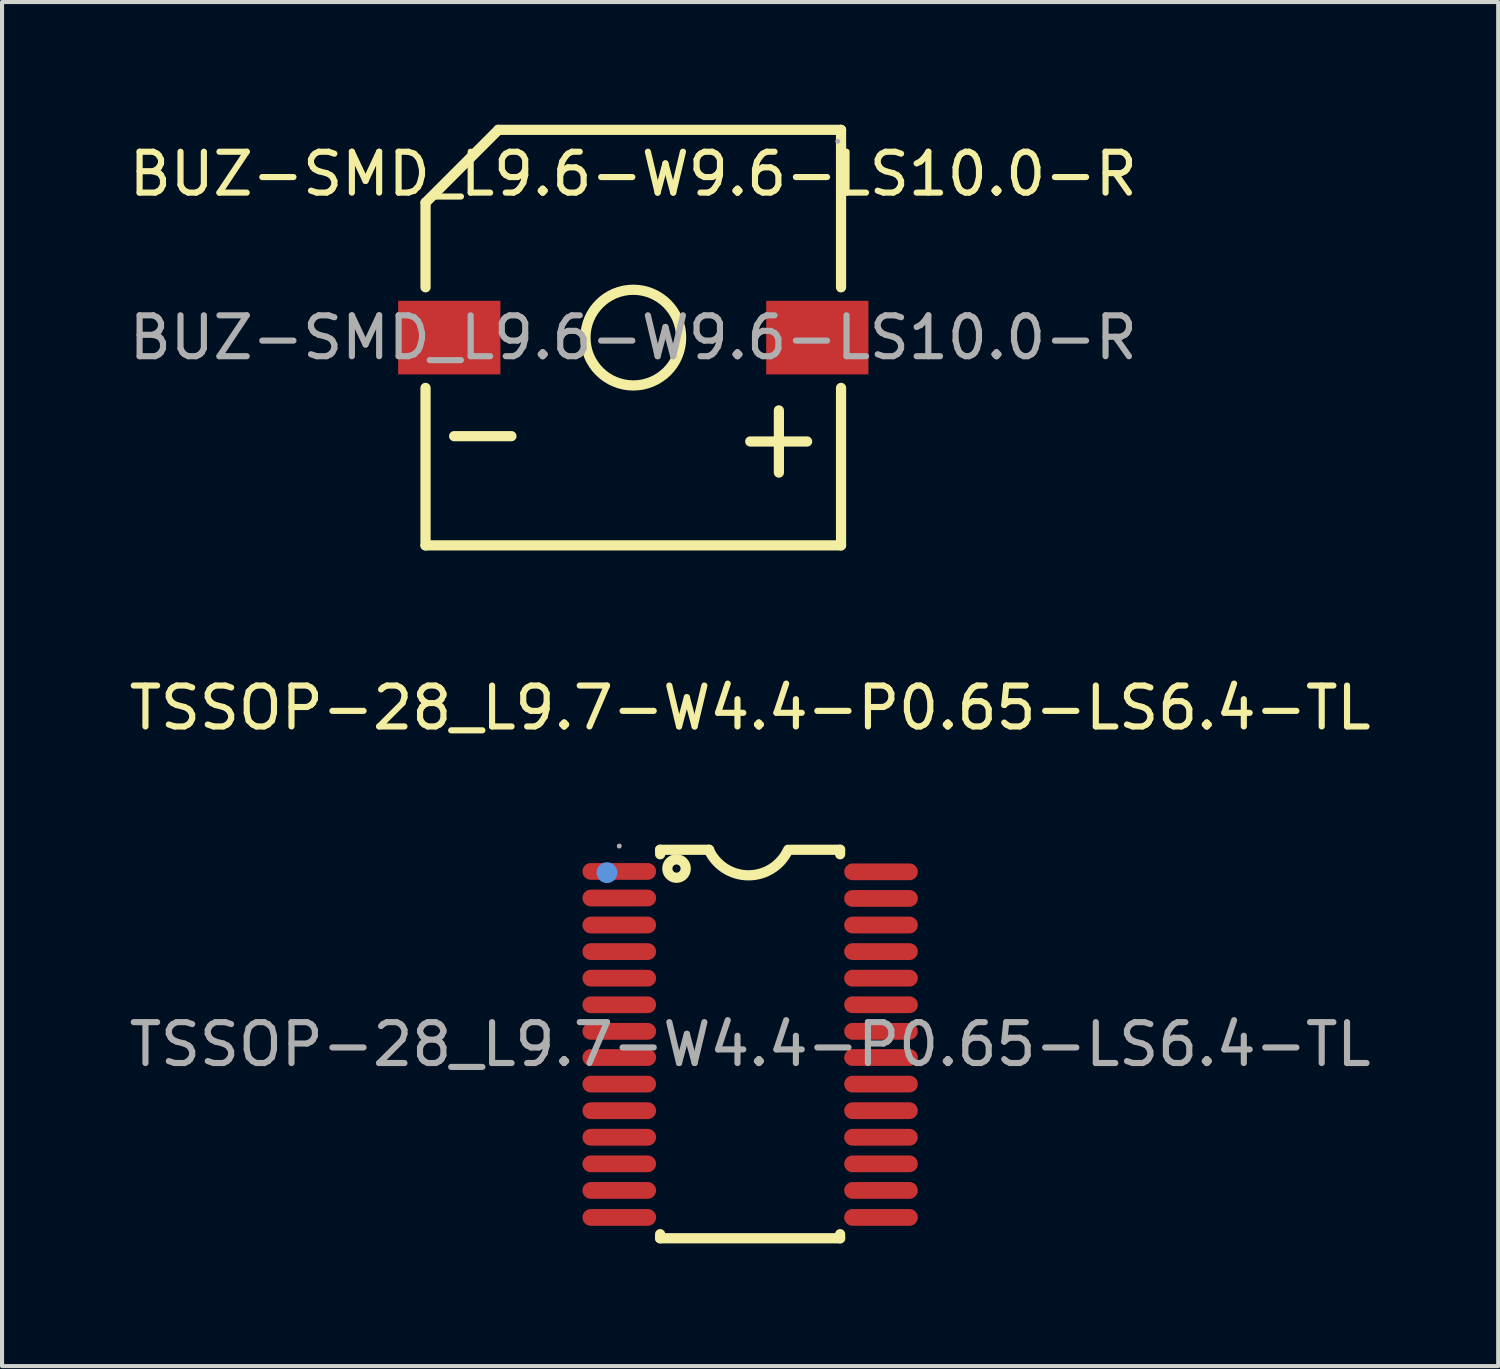
<source format=kicad_pcb>
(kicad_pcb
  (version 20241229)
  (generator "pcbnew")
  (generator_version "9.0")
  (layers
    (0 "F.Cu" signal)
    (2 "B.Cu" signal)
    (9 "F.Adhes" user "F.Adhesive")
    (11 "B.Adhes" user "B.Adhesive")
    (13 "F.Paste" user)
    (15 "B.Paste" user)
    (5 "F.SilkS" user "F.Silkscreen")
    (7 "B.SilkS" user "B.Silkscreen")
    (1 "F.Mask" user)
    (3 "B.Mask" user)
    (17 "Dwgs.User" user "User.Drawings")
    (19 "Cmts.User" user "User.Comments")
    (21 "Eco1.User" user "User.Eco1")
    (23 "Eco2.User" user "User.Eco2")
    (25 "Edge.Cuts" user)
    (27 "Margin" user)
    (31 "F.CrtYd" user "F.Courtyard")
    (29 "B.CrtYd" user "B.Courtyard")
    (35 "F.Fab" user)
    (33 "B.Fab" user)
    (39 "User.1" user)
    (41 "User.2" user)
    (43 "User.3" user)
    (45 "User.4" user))
  (footprint "BUZ-SMD_L9.6-W9.6-LS10.0-R"
    (layer "F.Cu")
    (at 12.435 5.205)
    (property "Reference" "BUZ-SMD_L9.6-W9.6-LS10.0-R" (at 0 -4 0) (layer "F.SilkS") (effects (font (size 1 1) (thickness 0.15))))
    (attr smd)
    (fp_line (start -5.08 -3.3) (end -5.08 -1.23) (stroke (width 0.25) (type solid)) (layer "F.SilkS"))
    (fp_line (start -5.08 -3.3) (end -3.3 -5.08) (stroke (width 0.25) (type solid)) (layer "F.SilkS"))
    (fp_line (start -5.08 1.23) (end -5.08 5.08) (stroke (width 0.25) (type solid)) (layer "F.SilkS"))
    (fp_line (start -4.38 2.41) (end -2.98 2.41) (stroke (width 0.25) (type solid)) (layer "F.SilkS"))
    (fp_line (start -3.3 -5.08) (end 5.08 -5.08) (stroke (width 0.25) (type solid)) (layer "F.SilkS"))
    (fp_line (start 2.86 2.54) (end 4.25 2.54) (stroke (width 0.25) (type solid)) (layer "F.SilkS"))
    (fp_line (start 3.56 1.78) (end 3.56 3.3) (stroke (width 0.25) (type solid)) (layer "F.SilkS"))
    (fp_line (start 5.08 -5.08) (end 5.08 -1.23) (stroke (width 0.25) (type solid)) (layer "F.SilkS"))
    (fp_line (start 5.08 1.23) (end 5.08 5.08) (stroke (width 0.25) (type solid)) (layer "F.SilkS"))
    (fp_line (start 5.08 5.08) (end -5.08 5.08) (stroke (width 0.25) (type solid)) (layer "F.SilkS"))
    (fp_circle (center 0 0) (end 1.17 0) (stroke (width 0.25) (type solid)) (fill no) (layer "F.SilkS"))
    (fp_circle (center 5 -4.8) (end 5.03 -4.8) (stroke (width 0.06) (type solid)) (fill no) (layer "F.Fab"))
    (fp_text user "${REFERENCE}" (at 0 0 0) (layer "F.Fab") (effects (font (size 1 1) (thickness 0.15))))
    (pad "1" smd rect (at 4.5 0) (size 2.5 1.8) (layers "F.Cu" "F.Mask" "F.Paste"))
    (pad "2" smd rect (at -4.5 0) (size 2.5 1.8) (layers "F.Cu" "F.Mask" "F.Paste")))
  (footprint "TSSOP-28_L9.7-W4.4-P0.65-LS6.4-TL"
    (layer "F.Cu")
    (at 15.292 22.488)
    (property "Reference" "TSSOP-28_L9.7-W4.4-P0.65-LS6.4-TL" (at 0 -8.23 0) (layer "F.SilkS") (effects (font (size 1 1) (thickness 0.15))))
    (attr smd)
    (fp_line (start -2.2 -4.76) (end -2.2 -4.65) (stroke (width 0.25) (type solid)) (layer "F.SilkS"))
    (fp_line (start -2.2 -4.76) (end -1 -4.76) (stroke (width 0.25) (type solid)) (layer "F.SilkS"))
    (fp_line (start -2.2 4.64) (end -2.2 4.74) (stroke (width 0.25) (type solid)) (layer "F.SilkS"))
    (fp_line (start -2.2 4.74) (end 2.2 4.74) (stroke (width 0.25) (type solid)) (layer "F.SilkS"))
    (fp_line (start 2.2 -4.76) (end 1 -4.76) (stroke (width 0.25) (type solid)) (layer "F.SilkS"))
    (fp_line (start 2.2 -4.76) (end 2.2 -4.65) (stroke (width 0.25) (type solid)) (layer "F.SilkS"))
    (fp_line (start 2.2 4.64) (end 2.2 4.74) (stroke (width 0.25) (type solid)) (layer "F.SilkS"))
    (fp_arc (start 0.93 -4.76) (mid -0.039246 -4.134871) (end -1.009376 -4.758627) (stroke (width 0.25) (type solid)) (layer "F.SilkS"))
    (fp_circle (center -1.8 -4.3) (end -1.7 -4.3) (stroke (width 0.25) (type solid)) (fill no) (layer "F.SilkS"))
    (fp_circle (center -3.5 -4.2) (end -3.37 -4.2) (stroke (width 0.25) (type solid)) (fill no) (layer "Cmts.User"))
    (fp_circle (center -3.2 -4.85) (end -3.17 -4.85) (stroke (width 0.06) (type solid)) (fill no) (layer "F.Fab"))
    (fp_text user "${REFERENCE}" (at 0 0 0) (layer "F.Fab") (effects (font (size 1 1) (thickness 0.15))))
    (pad "1" smd oval (at -3.2 -4.23) (size 1.8 0.41) (layers "F.Cu" "F.Mask" "F.Paste"))
    (pad "2" smd oval (at -3.2 -3.58) (size 1.8 0.41) (layers "F.Cu" "F.Mask" "F.Paste"))
    (pad "3" smd oval (at -3.2 -2.92) (size 1.8 0.41) (layers "F.Cu" "F.Mask" "F.Paste"))
    (pad "4" smd oval (at -3.2 -2.27) (size 1.8 0.41) (layers "F.Cu" "F.Mask" "F.Paste"))
    (pad "5" smd oval (at -3.2 -1.62) (size 1.8 0.41) (layers "F.Cu" "F.Mask" "F.Paste"))
    (pad "6" smd oval (at -3.2 -0.97) (size 1.8 0.41) (layers "F.Cu" "F.Mask" "F.Paste"))
    (pad "7" smd oval (at -3.2 -0.32) (size 1.8 0.41) (layers "F.Cu" "F.Mask" "F.Paste"))
    (pad "8" smd oval (at -3.2 0.32) (size 1.8 0.41) (layers "F.Cu" "F.Mask" "F.Paste"))
    (pad "9" smd oval (at -3.2 0.97) (size 1.8 0.41) (layers "F.Cu" "F.Mask" "F.Paste"))
    (pad "10" smd oval (at -3.2 1.62) (size 1.8 0.41) (layers "F.Cu" "F.Mask" "F.Paste"))
    (pad "11" smd oval (at -3.2 2.27) (size 1.8 0.41) (layers "F.Cu" "F.Mask" "F.Paste"))
    (pad "12" smd oval (at -3.2 2.92) (size 1.8 0.41) (layers "F.Cu" "F.Mask" "F.Paste"))
    (pad "13" smd oval (at -3.2 3.57) (size 1.8 0.41) (layers "F.Cu" "F.Mask" "F.Paste"))
    (pad "14" smd oval (at -3.2 4.23) (size 1.8 0.41) (layers "F.Cu" "F.Mask" "F.Paste"))
    (pad "15" smd oval (at 3.2 4.23) (size 1.8 0.41) (layers "F.Cu" "F.Mask" "F.Paste"))
    (pad "16" smd oval (at 3.2 3.57) (size 1.8 0.41) (layers "F.Cu" "F.Mask" "F.Paste"))
    (pad "17" smd oval (at 3.2 2.92) (size 1.8 0.41) (layers "F.Cu" "F.Mask" "F.Paste"))
    (pad "18" smd oval (at 3.2 2.27) (size 1.8 0.41) (layers "F.Cu" "F.Mask" "F.Paste"))
    (pad "19" smd oval (at 3.2 1.62) (size 1.8 0.41) (layers "F.Cu" "F.Mask" "F.Paste"))
    (pad "20" smd oval (at 3.2 0.97) (size 1.8 0.41) (layers "F.Cu" "F.Mask" "F.Paste"))
    (pad "21" smd oval (at 3.2 0.32) (size 1.8 0.41) (layers "F.Cu" "F.Mask" "F.Paste"))
    (pad "22" smd oval (at 3.2 -0.32) (size 1.8 0.41) (layers "F.Cu" "F.Mask" "F.Paste"))
    (pad "23" smd oval (at 3.2 -0.97) (size 1.8 0.41) (layers "F.Cu" "F.Mask" "F.Paste"))
    (pad "24" smd oval (at 3.2 -1.62) (size 1.8 0.41) (layers "F.Cu" "F.Mask" "F.Paste"))
    (pad "25" smd oval (at 3.2 -2.27) (size 1.8 0.41) (layers "F.Cu" "F.Mask" "F.Paste"))
    (pad "26" smd oval (at 3.2 -2.92) (size 1.8 0.41) (layers "F.Cu" "F.Mask" "F.Paste"))
    (pad "27" smd oval (at 3.2 -3.57) (size 1.8 0.41) (layers "F.Cu" "F.Mask" "F.Paste"))
    (pad "28" smd oval (at 3.2 -4.22) (size 1.8 0.41) (layers "F.Cu" "F.Mask" "F.Paste")))
  (gr_rect
    (start -3 -3)
    (end 33.583 30.353)
    (stroke (width 0.1) (type default))
    (fill no)
    (layer "Edge.Cuts")))
</source>
